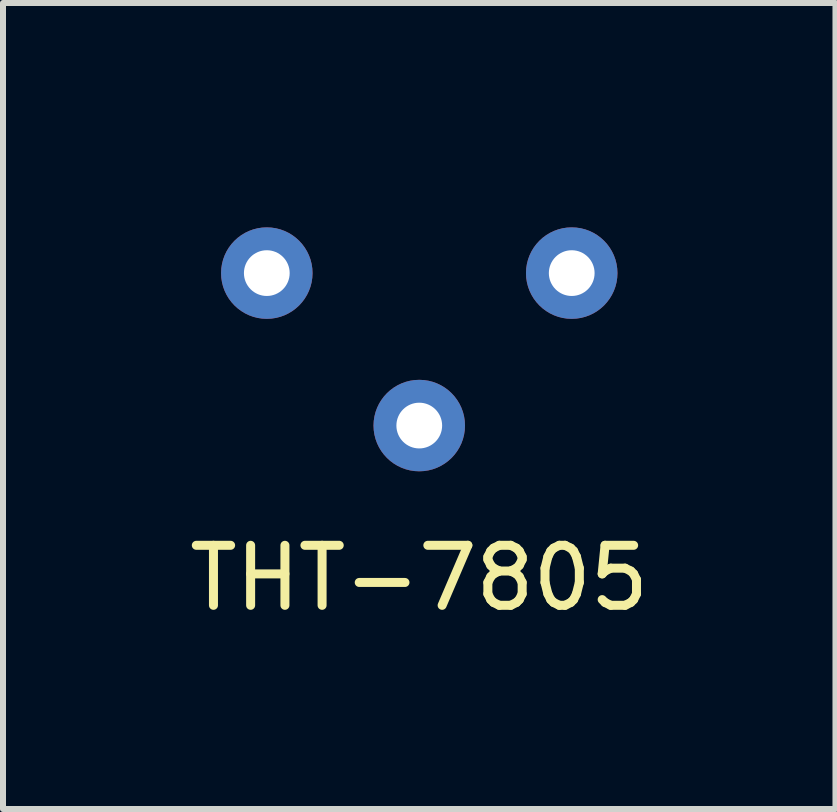
<source format=kicad_pcb>
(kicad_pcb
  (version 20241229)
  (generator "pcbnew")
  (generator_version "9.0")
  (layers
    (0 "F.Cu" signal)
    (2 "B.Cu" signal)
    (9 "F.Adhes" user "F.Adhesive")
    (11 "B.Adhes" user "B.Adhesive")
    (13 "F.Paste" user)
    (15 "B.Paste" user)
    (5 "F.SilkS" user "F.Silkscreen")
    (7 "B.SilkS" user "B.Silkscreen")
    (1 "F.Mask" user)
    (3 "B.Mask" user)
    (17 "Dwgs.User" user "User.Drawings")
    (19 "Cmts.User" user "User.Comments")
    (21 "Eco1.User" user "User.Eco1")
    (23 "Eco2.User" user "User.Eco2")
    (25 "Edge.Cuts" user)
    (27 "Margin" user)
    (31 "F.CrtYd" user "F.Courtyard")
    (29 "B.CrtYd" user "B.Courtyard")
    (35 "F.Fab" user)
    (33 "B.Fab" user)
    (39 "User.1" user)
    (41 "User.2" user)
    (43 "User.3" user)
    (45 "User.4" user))
  (footprint "THT-7805"
    (layer "F.Cu")
    (at 3.935 1.5)
    (property "Reference" "THT-7805" (at 0 5.08 0) (layer "F.SilkS") (effects (font (size 1 1) (thickness 0.15))))
    (attr through_hole)
    (pad "" smd rect (at 0 0) (size 3 3) (layers "F.Mask" "F.Paste"))
    (pad "GND" thru_hole circle (at 0 2.54) (size 1.524 1.524) (drill 0.762) (layers "*.Cu" "*.Mask"))
    (pad "VI" thru_hole circle (at -2.54 0) (size 1.524 1.524) (drill 0.762) (layers "*.Cu" "*.Mask"))
    (pad "VO" thru_hole circle (at 2.54 0) (size 1.524 1.524) (drill 0.762) (layers "*.Cu" "*.Mask")))
  (gr_rect
    (start -3 -3)
    (end 10.869 10.428)
    (stroke (width 0.1) (type default))
    (fill no)
    (layer "Edge.Cuts")))
</source>
